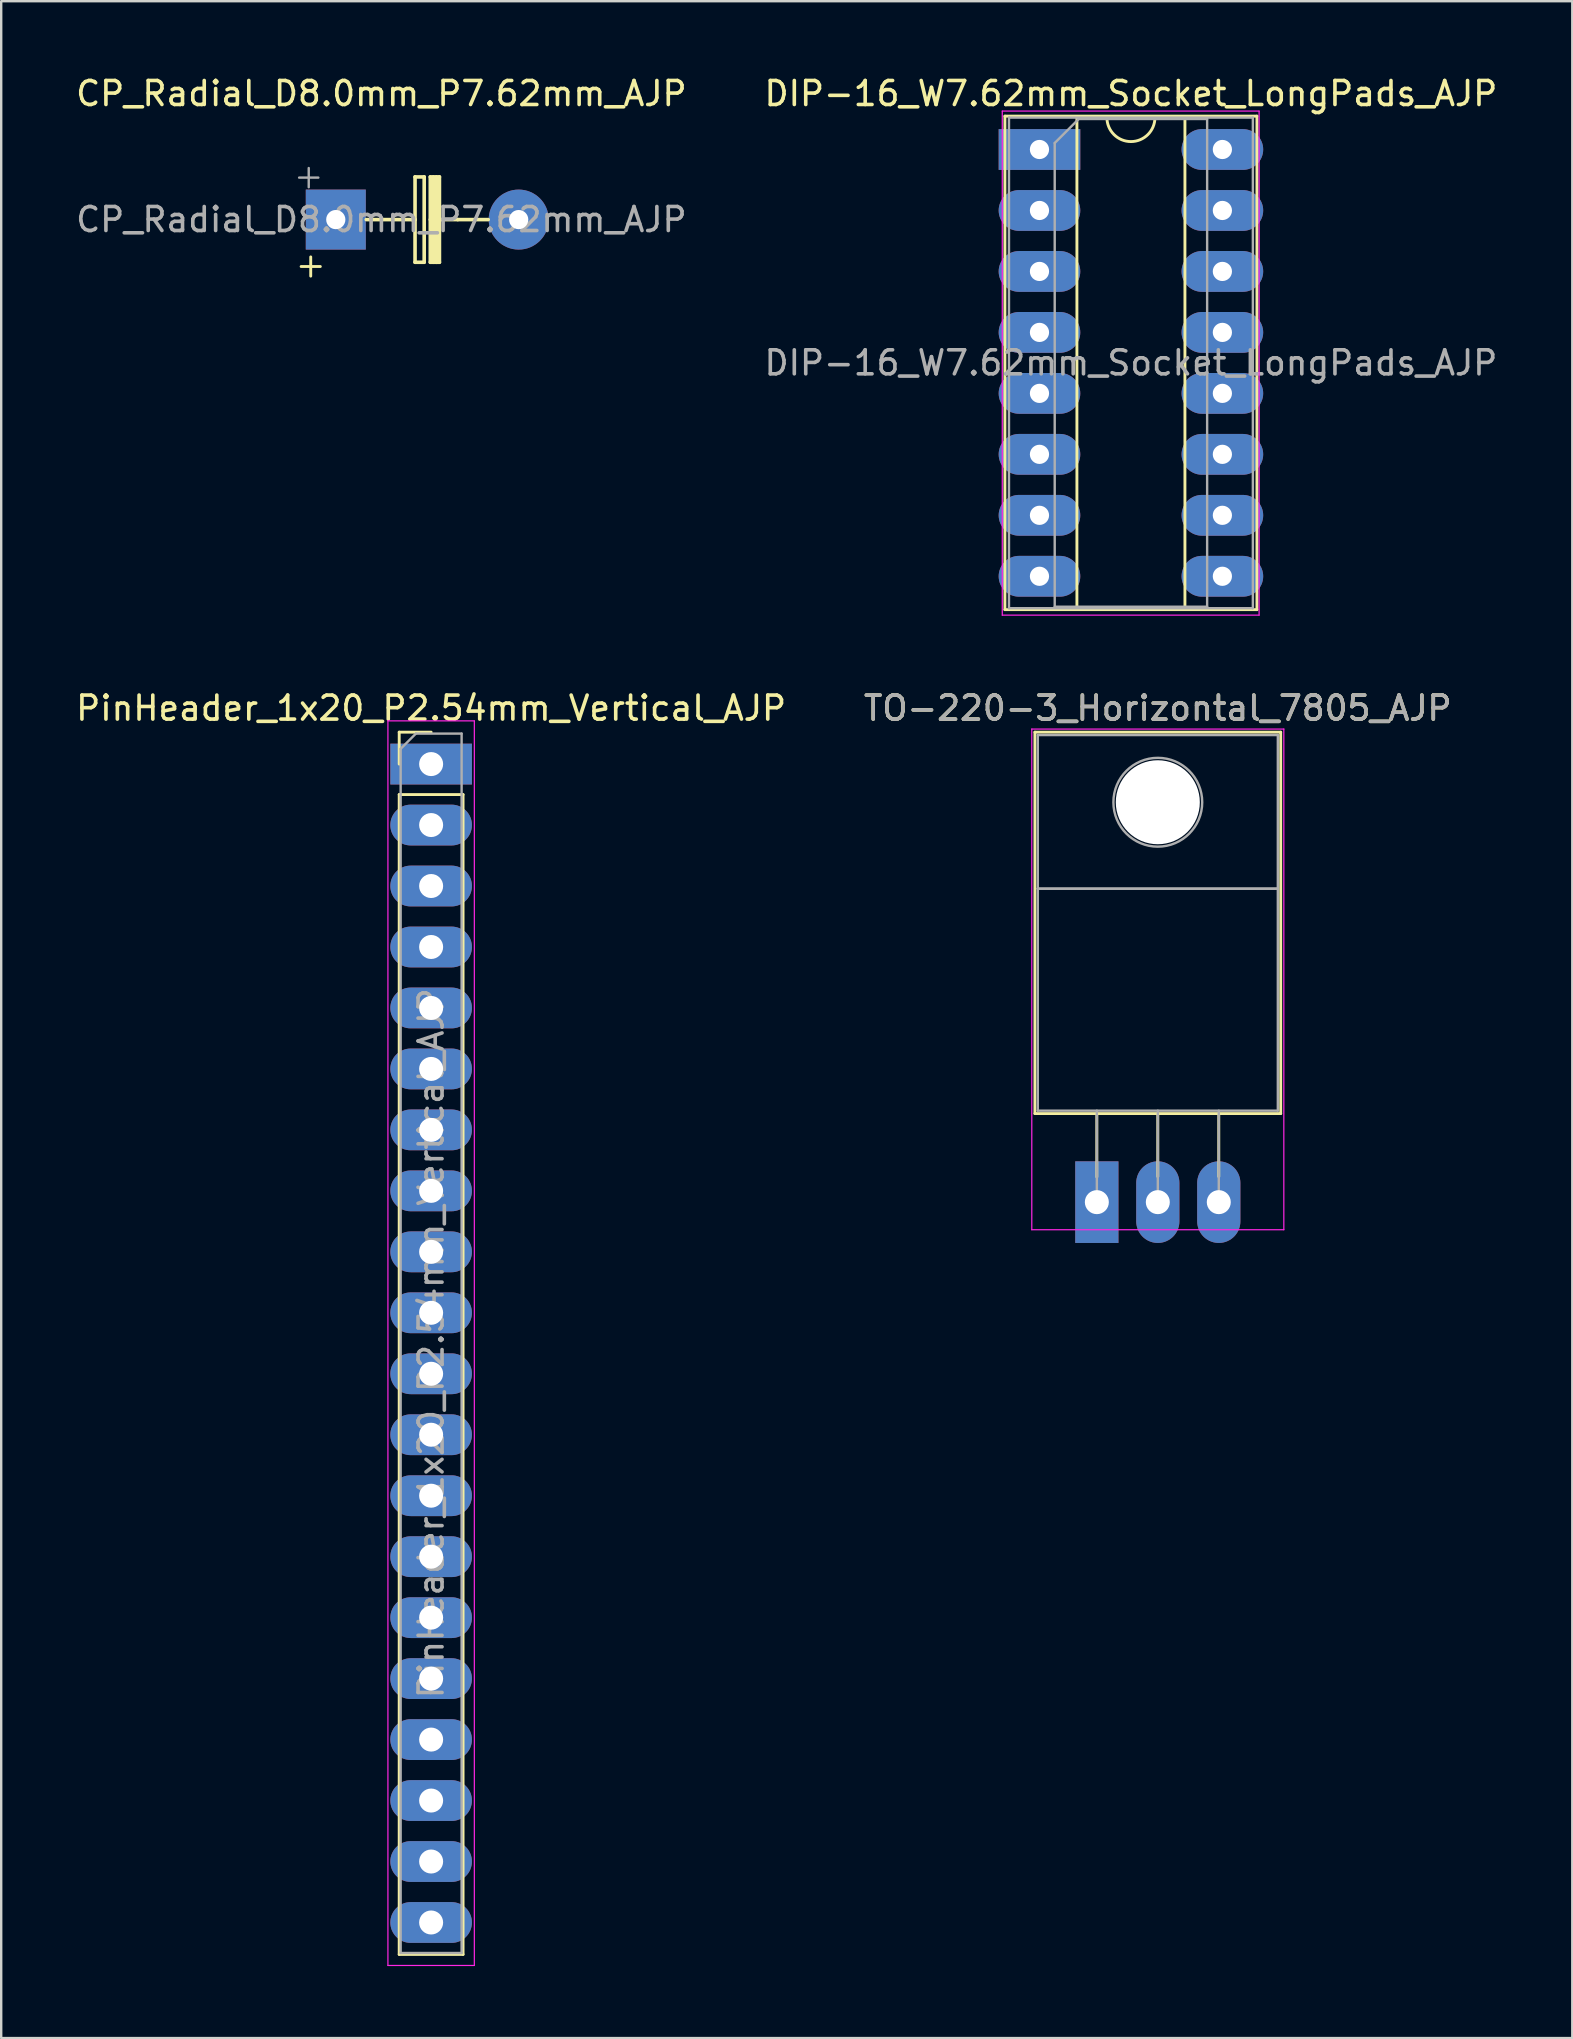
<source format=kicad_pcb>
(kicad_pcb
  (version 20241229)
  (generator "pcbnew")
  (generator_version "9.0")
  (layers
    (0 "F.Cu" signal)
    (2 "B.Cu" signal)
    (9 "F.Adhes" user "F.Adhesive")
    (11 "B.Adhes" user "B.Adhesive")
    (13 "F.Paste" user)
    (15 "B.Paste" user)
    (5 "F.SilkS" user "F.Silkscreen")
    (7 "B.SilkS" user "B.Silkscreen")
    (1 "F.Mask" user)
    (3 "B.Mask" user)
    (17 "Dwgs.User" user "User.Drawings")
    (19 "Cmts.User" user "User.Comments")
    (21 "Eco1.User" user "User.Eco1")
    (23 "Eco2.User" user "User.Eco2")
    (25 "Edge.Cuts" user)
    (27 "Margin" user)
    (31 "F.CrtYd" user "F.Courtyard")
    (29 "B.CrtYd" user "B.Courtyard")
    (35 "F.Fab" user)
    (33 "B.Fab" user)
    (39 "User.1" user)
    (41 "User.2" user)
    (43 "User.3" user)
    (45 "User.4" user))
  (footprint "PinHeader_1x20_P2.54mm_Vertical_AJP"
    (layer "F.Cu")
    (at 14.911 28.782)
    (property "Reference" "PinHeader_1x20_P2.54mm_Vertical_AJP" (at 0 -2.33 0) (layer "F.SilkS") (effects (font (size 1 1) (thickness 0.15))))
    (attr through_hole)
    (fp_line (start -1.33 -1.33) (end 0 -1.33) (stroke (width 0.12) (type solid)) (layer "F.SilkS"))
    (fp_line (start -1.33 0) (end -1.33 -1.33) (stroke (width 0.12) (type solid)) (layer "F.SilkS"))
    (fp_line (start -1.33 1.27) (end -1.33 49.59) (stroke (width 0.12) (type solid)) (layer "F.SilkS"))
    (fp_line (start -1.33 1.27) (end 1.33 1.27) (stroke (width 0.12) (type solid)) (layer "F.SilkS"))
    (fp_line (start -1.33 49.59) (end 1.33 49.59) (stroke (width 0.12) (type solid)) (layer "F.SilkS"))
    (fp_line (start 1.33 1.27) (end 1.33 49.59) (stroke (width 0.12) (type solid)) (layer "F.SilkS"))
    (fp_line (start -1.8 -1.8) (end -1.8 50.05) (stroke (width 0.05) (type solid)) (layer "F.CrtYd"))
    (fp_line (start -1.8 50.05) (end 1.8 50.05) (stroke (width 0.05) (type solid)) (layer "F.CrtYd"))
    (fp_line (start 1.8 -1.8) (end -1.8 -1.8) (stroke (width 0.05) (type solid)) (layer "F.CrtYd"))
    (fp_line (start 1.8 50.05) (end 1.8 -1.8) (stroke (width 0.05) (type solid)) (layer "F.CrtYd"))
    (fp_line (start -1.27 -0.635) (end -0.635 -1.27) (stroke (width 0.1) (type solid)) (layer "F.Fab"))
    (fp_line (start -1.27 49.53) (end -1.27 -0.635) (stroke (width 0.1) (type solid)) (layer "F.Fab"))
    (fp_line (start -0.635 -1.27) (end 1.27 -1.27) (stroke (width 0.1) (type solid)) (layer "F.Fab"))
    (fp_line (start 1.27 -1.27) (end 1.27 49.53) (stroke (width 0.1) (type solid)) (layer "F.Fab"))
    (fp_line (start 1.27 49.53) (end -1.27 49.53) (stroke (width 0.1) (type solid)) (layer "F.Fab"))
    (fp_text user "${REFERENCE}" (at 0 24.13 90) (layer "F.Fab") (effects (font (size 1 1) (thickness 0.15))))
    (pad "1" thru_hole rect (at 0 0) (size 3.4 1.7) (drill 1) (layers "*.Cu" "*.Mask"))
    (pad "2" thru_hole oval (at 0 2.54) (size 3.4 1.7) (drill 1) (layers "*.Cu" "*.Mask"))
    (pad "3" thru_hole oval (at 0 5.08) (size 3.4 1.7) (drill 1) (layers "*.Cu" "*.Mask"))
    (pad "4" thru_hole oval (at 0 7.62) (size 3.4 1.7) (drill 1) (layers "*.Cu" "*.Mask"))
    (pad "5" thru_hole oval (at 0 10.16) (size 3.4 1.7) (drill 1) (layers "*.Cu" "*.Mask"))
    (pad "6" thru_hole oval (at 0 12.7) (size 3.4 1.7) (drill 1) (layers "*.Cu" "*.Mask"))
    (pad "7" thru_hole oval (at 0 15.24) (size 3.4 1.7) (drill 1) (layers "*.Cu" "*.Mask"))
    (pad "8" thru_hole oval (at 0 17.78) (size 3.4 1.7) (drill 1) (layers "*.Cu" "*.Mask"))
    (pad "9" thru_hole oval (at 0 20.32) (size 3.4 1.7) (drill 1) (layers "*.Cu" "*.Mask"))
    (pad "10" thru_hole oval (at 0 22.86) (size 3.4 1.7) (drill 1) (layers "*.Cu" "*.Mask"))
    (pad "11" thru_hole oval (at 0 25.4) (size 3.4 1.7) (drill 1) (layers "*.Cu" "*.Mask"))
    (pad "12" thru_hole oval (at 0 27.94) (size 3.4 1.7) (drill 1) (layers "*.Cu" "*.Mask"))
    (pad "13" thru_hole oval (at 0 30.48) (size 3.4 1.7) (drill 1) (layers "*.Cu" "*.Mask"))
    (pad "14" thru_hole oval (at 0 33.02) (size 3.4 1.7) (drill 1) (layers "*.Cu" "*.Mask"))
    (pad "15" thru_hole oval (at 0 35.56) (size 3.4 1.7) (drill 1) (layers "*.Cu" "*.Mask"))
    (pad "16" thru_hole oval (at 0 38.1) (size 3.4 1.7) (drill 1) (layers "*.Cu" "*.Mask"))
    (pad "17" thru_hole oval (at 0 40.64) (size 3.4 1.7) (drill 1) (layers "*.Cu" "*.Mask"))
    (pad "18" thru_hole oval (at 0 43.18) (size 3.4 1.7) (drill 1) (layers "*.Cu" "*.Mask"))
    (pad "19" thru_hole oval (at 0 45.72) (size 3.4 1.7) (drill 1) (layers "*.Cu" "*.Mask"))
    (pad "20" thru_hole oval (at 0 48.26) (size 3.4 1.7) (drill 1) (layers "*.Cu" "*.Mask")))
  (footprint "DIP-16_W7.62mm_Socket_LongPads_AJP"
    (layer "F.Cu")
    (at 40.255 3.178)
    (property "Reference" "DIP-16_W7.62mm_Socket_LongPads_AJP" (at 3.81 -2.33 0) (layer "F.SilkS") (effects (font (size 1 1) (thickness 0.15))))
    (attr through_hole)
    (fp_line (start -1.44 -1.39) (end -1.44 19.17) (stroke (width 0.12) (type solid)) (layer "F.SilkS"))
    (fp_line (start -1.44 19.17) (end 9.06 19.17) (stroke (width 0.12) (type solid)) (layer "F.SilkS"))
    (fp_line (start 1.56 -1.33) (end 1.56 19.11) (stroke (width 0.12) (type solid)) (layer "F.SilkS"))
    (fp_line (start 1.56 19.11) (end 6.06 19.11) (stroke (width 0.12) (type solid)) (layer "F.SilkS"))
    (fp_line (start 2.81 -1.33) (end 1.56 -1.33) (stroke (width 0.12) (type solid)) (layer "F.SilkS"))
    (fp_line (start 6.06 -1.33) (end 4.81 -1.33) (stroke (width 0.12) (type solid)) (layer "F.SilkS"))
    (fp_line (start 6.06 19.11) (end 6.06 -1.33) (stroke (width 0.12) (type solid)) (layer "F.SilkS"))
    (fp_line (start 9.06 -1.39) (end -1.44 -1.39) (stroke (width 0.12) (type solid)) (layer "F.SilkS"))
    (fp_line (start 9.06 19.17) (end 9.06 -1.39) (stroke (width 0.12) (type solid)) (layer "F.SilkS"))
    (fp_arc (start 4.81 -1.33) (mid 3.81 -0.33) (end 2.81 -1.33) (stroke (width 0.12) (type solid)) (layer "F.SilkS"))
    (fp_line (start -1.55 -1.6) (end -1.55 19.4) (stroke (width 0.05) (type solid)) (layer "F.CrtYd"))
    (fp_line (start -1.55 19.4) (end 9.15 19.4) (stroke (width 0.05) (type solid)) (layer "F.CrtYd"))
    (fp_line (start 9.15 -1.6) (end -1.55 -1.6) (stroke (width 0.05) (type solid)) (layer "F.CrtYd"))
    (fp_line (start 9.15 19.4) (end 9.15 -1.6) (stroke (width 0.05) (type solid)) (layer "F.CrtYd"))
    (fp_line (start -1.27 -1.33) (end -1.27 19.11) (stroke (width 0.1) (type solid)) (layer "F.Fab"))
    (fp_line (start -1.27 19.11) (end 8.89 19.11) (stroke (width 0.1) (type solid)) (layer "F.Fab"))
    (fp_line (start 0.635 -0.27) (end 1.635 -1.27) (stroke (width 0.1) (type solid)) (layer "F.Fab"))
    (fp_line (start 0.635 19.05) (end 0.635 -0.27) (stroke (width 0.1) (type solid)) (layer "F.Fab"))
    (fp_line (start 1.635 -1.27) (end 6.985 -1.27) (stroke (width 0.1) (type solid)) (layer "F.Fab"))
    (fp_line (start 6.985 -1.27) (end 6.985 19.05) (stroke (width 0.1) (type solid)) (layer "F.Fab"))
    (fp_line (start 6.985 19.05) (end 0.635 19.05) (stroke (width 0.1) (type solid)) (layer "F.Fab"))
    (fp_line (start 8.89 -1.33) (end -1.27 -1.33) (stroke (width 0.1) (type solid)) (layer "F.Fab"))
    (fp_line (start 8.89 19.11) (end 8.89 -1.33) (stroke (width 0.1) (type solid)) (layer "F.Fab"))
    (fp_text user "${REFERENCE}" (at 3.81 8.89 0) (layer "F.Fab") (effects (font (size 1 1) (thickness 0.15))))
    (pad "1" thru_hole rect (at 0 0) (size 3.4 1.7) (drill 0.8) (layers "*.Cu" "*.Mask"))
    (pad "2" thru_hole oval (at 0 2.54) (size 3.4 1.7) (drill 0.8) (layers "*.Cu" "*.Mask"))
    (pad "3" thru_hole oval (at 0 5.08) (size 3.4 1.7) (drill 0.8) (layers "*.Cu" "*.Mask"))
    (pad "4" thru_hole oval (at 0 7.62) (size 3.4 1.7) (drill 0.8) (layers "*.Cu" "*.Mask"))
    (pad "5" thru_hole oval (at 0 10.16) (size 3.4 1.7) (drill 0.8) (layers "*.Cu" "*.Mask"))
    (pad "6" thru_hole oval (at 0 12.7) (size 3.4 1.7) (drill 0.8) (layers "*.Cu" "*.Mask"))
    (pad "7" thru_hole oval (at 0 15.24) (size 3.4 1.7) (drill 0.8) (layers "*.Cu" "*.Mask"))
    (pad "8" thru_hole oval (at 0 17.78) (size 3.4 1.7) (drill 0.8) (layers "*.Cu" "*.Mask"))
    (pad "9" thru_hole oval (at 7.62 17.78) (size 3.4 1.7) (drill 0.8) (layers "*.Cu" "*.Mask"))
    (pad "10" thru_hole oval (at 7.62 15.24) (size 3.4 1.7) (drill 0.8) (layers "*.Cu" "*.Mask"))
    (pad "11" thru_hole oval (at 7.62 12.7) (size 3.4 1.7) (drill 0.8) (layers "*.Cu" "*.Mask"))
    (pad "12" thru_hole oval (at 7.62 10.16) (size 3.4 1.7) (drill 0.8) (layers "*.Cu" "*.Mask"))
    (pad "13" thru_hole oval (at 7.62 7.62) (size 3.4 1.7) (drill 0.8) (layers "*.Cu" "*.Mask"))
    (pad "14" thru_hole oval (at 7.62 5.08) (size 3.4 1.7) (drill 0.8) (layers "*.Cu" "*.Mask"))
    (pad "15" thru_hole oval (at 7.62 2.54) (size 3.4 1.7) (drill 0.8) (layers "*.Cu" "*.Mask"))
    (pad "16" thru_hole oval (at 7.62 0) (size 3.4 1.7) (drill 0.8) (layers "*.Cu" "*.Mask")))
  (footprint "TO-220-3_Horizontal_7805_AJP"
    (layer "F.Cu")
    (at 42.645 47.032)
    (property "Reference" "TO-220-3_Horizontal_7805_AJP" (at 2.54 -20.58 0) (layer "F.SilkS") (effects (font (size 1 1) (thickness 0.15))))
    (attr through_hole)
    (fp_line (start -2.58 -19.58) (end -2.58 -3.69) (stroke (width 0.12) (type solid)) (layer "F.SilkS"))
    (fp_line (start -2.58 -19.58) (end 7.66 -19.58) (stroke (width 0.12) (type solid)) (layer "F.SilkS"))
    (fp_line (start -2.58 -3.69) (end 7.66 -3.69) (stroke (width 0.12) (type solid)) (layer "F.SilkS"))
    (fp_line (start 0 -3.69) (end 0 -1.05) (stroke (width 0.12) (type solid)) (layer "F.SilkS"))
    (fp_line (start 2.54 -3.69) (end 2.54 -1.066) (stroke (width 0.12) (type solid)) (layer "F.SilkS"))
    (fp_line (start 5.08 -3.69) (end 5.08 -1.066) (stroke (width 0.12) (type solid)) (layer "F.SilkS"))
    (fp_line (start 7.66 -19.58) (end 7.66 -3.69) (stroke (width 0.12) (type solid)) (layer "F.SilkS"))
    (fp_line (start -2.71 -19.71) (end -2.71 1.15) (stroke (width 0.05) (type solid)) (layer "F.CrtYd"))
    (fp_line (start -2.71 1.15) (end 7.79 1.15) (stroke (width 0.05) (type solid)) (layer "F.CrtYd"))
    (fp_line (start 7.79 -19.71) (end -2.71 -19.71) (stroke (width 0.05) (type solid)) (layer "F.CrtYd"))
    (fp_line (start 7.79 1.15) (end 7.79 -19.71) (stroke (width 0.05) (type solid)) (layer "F.CrtYd"))
    (fp_line (start -2.46 -19.46) (end 7.54 -19.46) (stroke (width 0.1) (type solid)) (layer "F.Fab"))
    (fp_line (start -2.46 -13.06) (end -2.46 -19.46) (stroke (width 0.1) (type solid)) (layer "F.Fab"))
    (fp_line (start -2.46 -13.06) (end 7.54 -13.06) (stroke (width 0.1) (type solid)) (layer "F.Fab"))
    (fp_line (start -2.46 -3.81) (end -2.46 -13.06) (stroke (width 0.1) (type solid)) (layer "F.Fab"))
    (fp_line (start 0 -3.81) (end 0 0) (stroke (width 0.1) (type solid)) (layer "F.Fab"))
    (fp_line (start 2.54 -3.81) (end 2.54 0) (stroke (width 0.1) (type solid)) (layer "F.Fab"))
    (fp_line (start 5.08 -3.81) (end 5.08 0) (stroke (width 0.1) (type solid)) (layer "F.Fab"))
    (fp_line (start 7.54 -19.46) (end 7.54 -13.06) (stroke (width 0.1) (type solid)) (layer "F.Fab"))
    (fp_line (start 7.54 -13.06) (end -2.46 -13.06) (stroke (width 0.1) (type solid)) (layer "F.Fab"))
    (fp_line (start 7.54 -13.06) (end 7.54 -3.81) (stroke (width 0.1) (type solid)) (layer "F.Fab"))
    (fp_line (start 7.54 -3.81) (end -2.46 -3.81) (stroke (width 0.1) (type solid)) (layer "F.Fab"))
    (fp_circle (center 2.54 -16.66) (end 4.39 -16.66) (stroke (width 0.1) (type solid)) (fill no) (layer "F.Fab"))
    (fp_text user "${REFERENCE}" (at 2.54 -20.58 0) (layer "F.Fab") (effects (font (size 1 1) (thickness 0.15))))
    (pad "" np_thru_hole oval (at 2.54 -16.66) (size 3.5 3.5) (drill 3.5) (layers "*.Cu" "*.Mask"))
    (pad "1" thru_hole rect (at 0 0) (size 1.8 3.4) (drill 1) (layers "*.Cu" "*.Mask"))
    (pad "2" thru_hole oval (at 2.54 0) (size 1.8 3.4) (drill 1) (layers "*.Cu" "*.Mask"))
    (pad "3" thru_hole oval (at 5.08 0) (size 1.8 3.4) (drill 1) (layers "*.Cu" "*.Mask")))
  (footprint "CP_Radial_D8.0mm_P7.62mm_AJP"
    (layer "F.Cu")
    (at 10.939 6.098)
    (property "Reference" "CP_Radial_D8.0mm_P7.62mm_AJP" (at 1.9 -5.25 0) (layer "F.SilkS") (effects (font (size 1 1) (thickness 0.15))))
    (attr through_hole)
    (fp_line (start -1.444 1.955) (end -0.644 1.955) (stroke (width 0.12) (type solid)) (layer "F.SilkS"))
    (fp_line (start -1.044 1.555) (end -1.044 2.355) (stroke (width 0.12) (type solid)) (layer "F.SilkS"))
    (fp_line (start 1.905 0) (end 1.27 0) (stroke (width 0.15) (type solid)) (layer "F.SilkS"))
    (fp_line (start 1.905 0) (end 3.175 0) (stroke (width 0.15) (type solid)) (layer "F.SilkS"))
    (fp_line (start 3.302 -1.778) (end 3.683 -1.778) (stroke (width 0.15) (type solid)) (layer "F.SilkS"))
    (fp_line (start 3.302 0) (end 3.175 0) (stroke (width 0.15) (type solid)) (layer "F.SilkS"))
    (fp_line (start 3.302 0) (end 3.302 -1.778) (stroke (width 0.15) (type solid)) (layer "F.SilkS"))
    (fp_line (start 3.302 1.778) (end 3.302 0) (stroke (width 0.15) (type solid)) (layer "F.SilkS"))
    (fp_line (start 3.683 -1.778) (end 3.683 1.778) (stroke (width 0.15) (type solid)) (layer "F.SilkS"))
    (fp_line (start 3.683 1.778) (end 3.302 1.778) (stroke (width 0.15) (type solid)) (layer "F.SilkS"))
    (fp_line (start 3.937 -1.778) (end 4.318 -1.778) (stroke (width 0.15) (type solid)) (layer "F.SilkS"))
    (fp_line (start 3.937 0) (end 3.937 -1.778) (stroke (width 0.15) (type solid)) (layer "F.SilkS"))
    (fp_line (start 3.937 1.778) (end 3.937 0) (stroke (width 0.15) (type solid)) (layer "F.SilkS"))
    (fp_line (start 4.064 -1.778) (end 4.064 1.778) (stroke (width 0.15) (type solid)) (layer "F.SilkS"))
    (fp_line (start 4.064 0) (end 4.445 0) (stroke (width 0.15) (type solid)) (layer "F.SilkS"))
    (fp_line (start 4.191 -1.778) (end 4.191 1.778) (stroke (width 0.15) (type solid)) (layer "F.SilkS"))
    (fp_line (start 4.191 1.778) (end 3.937 1.778) (stroke (width 0.15) (type solid)) (layer "F.SilkS"))
    (fp_line (start 4.318 -1.778) (end 4.318 1.778) (stroke (width 0.15) (type solid)) (layer "F.SilkS"))
    (fp_line (start 4.318 1.778) (end 4.191 1.778) (stroke (width 0.15) (type solid)) (layer "F.SilkS"))
    (fp_line (start 4.445 0) (end 5.08 0) (stroke (width 0.15) (type solid)) (layer "F.SilkS"))
    (fp_line (start 5.08 0) (end 6.35 0) (stroke (width 0.15) (type solid)) (layer "F.SilkS"))
    (fp_line (start -1.527 -1.748) (end -0.727 -1.748) (stroke (width 0.1) (type solid)) (layer "F.Fab"))
    (fp_line (start -1.127 -2.147) (end -1.127 -1.347) (stroke (width 0.1) (type solid)) (layer "F.Fab"))
    (fp_text user "${REFERENCE}" (at 1.9 0 0) (layer "F.Fab") (effects (font (size 1 1) (thickness 0.15))))
    (pad "1" thru_hole rect (at 0 0) (size 2.5 2.5) (drill 0.8) (layers "*.Cu" "*.Mask"))
    (pad "2" thru_hole circle (at 7.62 0) (size 2.5 2.5) (drill 0.8) (layers "*.Cu" "*.Mask")))
  (gr_rect
    (start -3 -3)
    (end 62.452 81.856)
    (stroke (width 0.1) (type default))
    (fill no)
    (layer "Edge.Cuts")))
</source>
